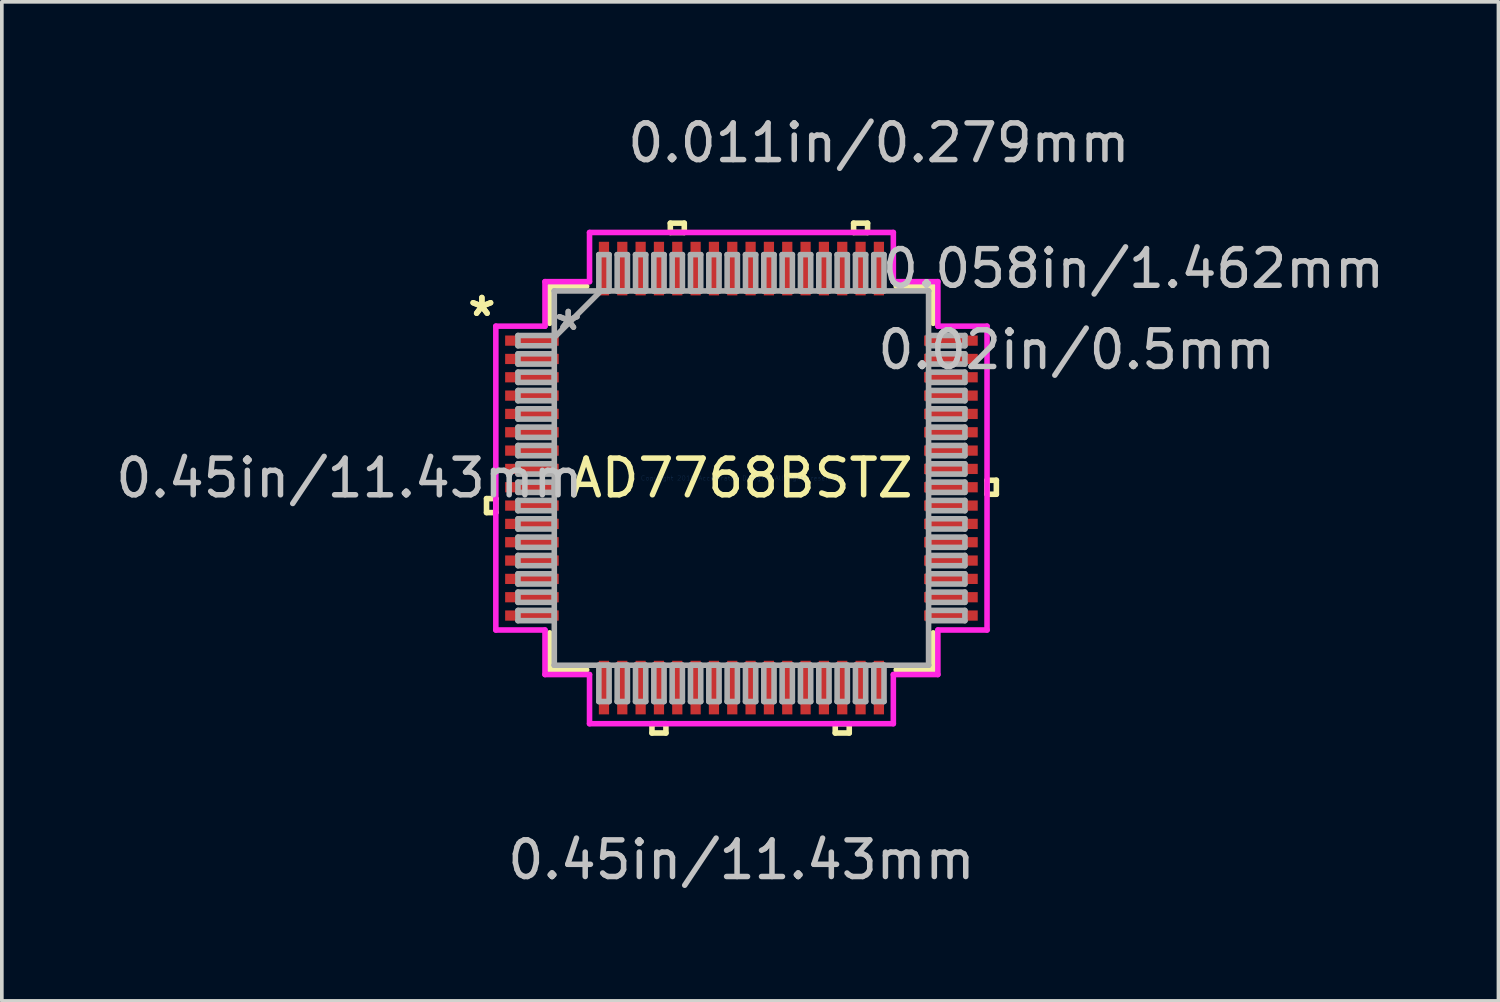
<source format=kicad_pcb>
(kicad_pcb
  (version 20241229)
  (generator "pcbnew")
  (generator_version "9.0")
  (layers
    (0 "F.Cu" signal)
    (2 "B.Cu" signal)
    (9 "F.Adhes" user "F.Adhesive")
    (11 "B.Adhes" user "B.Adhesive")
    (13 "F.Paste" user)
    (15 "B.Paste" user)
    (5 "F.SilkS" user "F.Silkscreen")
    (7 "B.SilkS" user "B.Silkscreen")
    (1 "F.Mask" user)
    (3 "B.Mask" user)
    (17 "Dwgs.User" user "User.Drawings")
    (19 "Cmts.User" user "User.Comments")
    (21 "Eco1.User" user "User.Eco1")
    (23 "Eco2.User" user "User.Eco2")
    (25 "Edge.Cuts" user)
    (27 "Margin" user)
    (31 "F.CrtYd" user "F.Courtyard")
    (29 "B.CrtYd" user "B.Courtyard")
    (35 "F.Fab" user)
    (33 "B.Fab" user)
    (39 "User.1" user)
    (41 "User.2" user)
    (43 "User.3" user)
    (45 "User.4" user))
  (footprint "AD7768BSTZ"
    (layer "F.Cu")
    (at 17.176 9.992)
    (property "Reference" "AD7768BSTZ" (at 0 0 0) (layer "F.SilkS") (effects (font (size 1 1) (thickness 0.15))))
    (attr through_hole)
    (fp_line (start -6.954 0.56) (end -6.954 0.941) (stroke (width 0.152) (type solid)) (layer "F.SilkS"))
    (fp_line (start -6.954 0.941) (end -6.7 0.941) (stroke (width 0.152) (type solid)) (layer "F.SilkS"))
    (fp_line (start -6.7 0.56) (end -6.954 0.56) (stroke (width 0.152) (type solid)) (layer "F.SilkS"))
    (fp_line (start -6.7 0.941) (end -6.7 0.56) (stroke (width 0.152) (type solid)) (layer "F.SilkS"))
    (fp_line (start -5.232 -5.232) (end -5.232 -4.222) (stroke (width 0.152) (type solid)) (layer "F.SilkS"))
    (fp_line (start -5.232 4.222) (end -5.232 5.232) (stroke (width 0.152) (type solid)) (layer "F.SilkS"))
    (fp_line (start -5.232 5.232) (end -4.222 5.232) (stroke (width 0.152) (type solid)) (layer "F.SilkS"))
    (fp_line (start -4.222 -5.232) (end -5.232 -5.232) (stroke (width 0.152) (type solid)) (layer "F.SilkS"))
    (fp_line (start -2.441 6.7) (end -2.441 6.954) (stroke (width 0.152) (type solid)) (layer "F.SilkS"))
    (fp_line (start -2.441 6.954) (end -2.06 6.954) (stroke (width 0.152) (type solid)) (layer "F.SilkS"))
    (fp_line (start -2.06 6.7) (end -2.441 6.7) (stroke (width 0.152) (type solid)) (layer "F.SilkS"))
    (fp_line (start -2.06 6.954) (end -2.06 6.7) (stroke (width 0.152) (type solid)) (layer "F.SilkS"))
    (fp_line (start -1.94 -6.954) (end -1.559 -6.954) (stroke (width 0.152) (type solid)) (layer "F.SilkS"))
    (fp_line (start -1.94 -6.7) (end -1.94 -6.954) (stroke (width 0.152) (type solid)) (layer "F.SilkS"))
    (fp_line (start -1.559 -6.954) (end -1.559 -6.7) (stroke (width 0.152) (type solid)) (layer "F.SilkS"))
    (fp_line (start -1.559 -6.7) (end -1.94 -6.7) (stroke (width 0.152) (type solid)) (layer "F.SilkS"))
    (fp_line (start 2.559 6.7) (end 2.559 6.954) (stroke (width 0.152) (type solid)) (layer "F.SilkS"))
    (fp_line (start 2.559 6.954) (end 2.941 6.954) (stroke (width 0.152) (type solid)) (layer "F.SilkS"))
    (fp_line (start 2.941 6.7) (end 2.559 6.7) (stroke (width 0.152) (type solid)) (layer "F.SilkS"))
    (fp_line (start 2.941 6.954) (end 2.941 6.7) (stroke (width 0.152) (type solid)) (layer "F.SilkS"))
    (fp_line (start 3.06 -6.954) (end 3.441 -6.954) (stroke (width 0.152) (type solid)) (layer "F.SilkS"))
    (fp_line (start 3.06 -6.7) (end 3.06 -6.954) (stroke (width 0.152) (type solid)) (layer "F.SilkS"))
    (fp_line (start 3.441 -6.954) (end 3.441 -6.7) (stroke (width 0.152) (type solid)) (layer "F.SilkS"))
    (fp_line (start 3.441 -6.7) (end 3.06 -6.7) (stroke (width 0.152) (type solid)) (layer "F.SilkS"))
    (fp_line (start 4.222 5.232) (end 5.232 5.232) (stroke (width 0.152) (type solid)) (layer "F.SilkS"))
    (fp_line (start 5.232 -5.232) (end 4.222 -5.232) (stroke (width 0.152) (type solid)) (layer "F.SilkS"))
    (fp_line (start 5.232 -4.222) (end 5.232 -5.232) (stroke (width 0.152) (type solid)) (layer "F.SilkS"))
    (fp_line (start 5.232 5.232) (end 5.232 4.222) (stroke (width 0.152) (type solid)) (layer "F.SilkS"))
    (fp_line (start 6.7 0.059) (end 6.954 0.059) (stroke (width 0.152) (type solid)) (layer "F.SilkS"))
    (fp_line (start 6.7 0.441) (end 6.7 0.059) (stroke (width 0.152) (type solid)) (layer "F.SilkS"))
    (fp_line (start 6.954 0.059) (end 6.954 0.441) (stroke (width 0.152) (type solid)) (layer "F.SilkS"))
    (fp_line (start 6.954 0.441) (end 6.7 0.441) (stroke (width 0.152) (type solid)) (layer "F.SilkS"))
    (fp_line (start -6.7 -4.144) (end -5.359 -4.144) (stroke (width 0.152) (type solid)) (layer "F.CrtYd"))
    (fp_line (start -6.7 4.144) (end -6.7 -4.144) (stroke (width 0.152) (type solid)) (layer "F.CrtYd"))
    (fp_line (start -5.359 -5.359) (end -4.144 -5.359) (stroke (width 0.152) (type solid)) (layer "F.CrtYd"))
    (fp_line (start -5.359 -4.144) (end -5.359 -5.359) (stroke (width 0.152) (type solid)) (layer "F.CrtYd"))
    (fp_line (start -5.359 4.144) (end -6.7 4.144) (stroke (width 0.152) (type solid)) (layer "F.CrtYd"))
    (fp_line (start -5.359 5.359) (end -5.359 4.144) (stroke (width 0.152) (type solid)) (layer "F.CrtYd"))
    (fp_line (start -4.144 -6.7) (end 4.144 -6.7) (stroke (width 0.152) (type solid)) (layer "F.CrtYd"))
    (fp_line (start -4.144 -5.359) (end -4.144 -6.7) (stroke (width 0.152) (type solid)) (layer "F.CrtYd"))
    (fp_line (start -4.144 5.359) (end -5.359 5.359) (stroke (width 0.152) (type solid)) (layer "F.CrtYd"))
    (fp_line (start -4.144 6.7) (end -4.144 5.359) (stroke (width 0.152) (type solid)) (layer "F.CrtYd"))
    (fp_line (start 4.144 -6.7) (end 4.144 -5.359) (stroke (width 0.152) (type solid)) (layer "F.CrtYd"))
    (fp_line (start 4.144 -5.359) (end 5.359 -5.359) (stroke (width 0.152) (type solid)) (layer "F.CrtYd"))
    (fp_line (start 4.144 5.359) (end 4.144 6.7) (stroke (width 0.152) (type solid)) (layer "F.CrtYd"))
    (fp_line (start 4.144 6.7) (end -4.144 6.7) (stroke (width 0.152) (type solid)) (layer "F.CrtYd"))
    (fp_line (start 5.359 -5.359) (end 5.359 -4.144) (stroke (width 0.152) (type solid)) (layer "F.CrtYd"))
    (fp_line (start 5.359 -4.144) (end 6.7 -4.144) (stroke (width 0.152) (type solid)) (layer "F.CrtYd"))
    (fp_line (start 5.359 4.144) (end 5.359 5.359) (stroke (width 0.152) (type solid)) (layer "F.CrtYd"))
    (fp_line (start 5.359 5.359) (end 4.144 5.359) (stroke (width 0.152) (type solid)) (layer "F.CrtYd"))
    (fp_line (start 6.7 -4.144) (end 6.7 4.144) (stroke (width 0.152) (type solid)) (layer "F.CrtYd"))
    (fp_line (start 6.7 4.144) (end 5.359 4.144) (stroke (width 0.152) (type solid)) (layer "F.CrtYd"))
    (fp_line (start -6.096 -3.89) (end -6.096 -3.61) (stroke (width 0.152) (type solid)) (layer "F.Fab"))
    (fp_line (start -6.096 -3.61) (end -5.105 -3.61) (stroke (width 0.152) (type solid)) (layer "F.Fab"))
    (fp_line (start -6.096 -3.39) (end -6.096 -3.11) (stroke (width 0.152) (type solid)) (layer "F.Fab"))
    (fp_line (start -6.096 -3.11) (end -5.105 -3.11) (stroke (width 0.152) (type solid)) (layer "F.Fab"))
    (fp_line (start -6.096 -2.89) (end -6.096 -2.61) (stroke (width 0.152) (type solid)) (layer "F.Fab"))
    (fp_line (start -6.096 -2.61) (end -5.105 -2.61) (stroke (width 0.152) (type solid)) (layer "F.Fab"))
    (fp_line (start -6.096 -2.39) (end -6.096 -2.11) (stroke (width 0.152) (type solid)) (layer "F.Fab"))
    (fp_line (start -6.096 -2.11) (end -5.105 -2.11) (stroke (width 0.152) (type solid)) (layer "F.Fab"))
    (fp_line (start -6.096 -1.89) (end -6.096 -1.61) (stroke (width 0.152) (type solid)) (layer "F.Fab"))
    (fp_line (start -6.096 -1.61) (end -5.105 -1.61) (stroke (width 0.152) (type solid)) (layer "F.Fab"))
    (fp_line (start -6.096 -1.39) (end -6.096 -1.11) (stroke (width 0.152) (type solid)) (layer "F.Fab"))
    (fp_line (start -6.096 -1.11) (end -5.105 -1.11) (stroke (width 0.152) (type solid)) (layer "F.Fab"))
    (fp_line (start -6.096 -0.89) (end -6.096 -0.61) (stroke (width 0.152) (type solid)) (layer "F.Fab"))
    (fp_line (start -6.096 -0.61) (end -5.105 -0.61) (stroke (width 0.152) (type solid)) (layer "F.Fab"))
    (fp_line (start -6.096 -0.39) (end -6.096 -0.11) (stroke (width 0.152) (type solid)) (layer "F.Fab"))
    (fp_line (start -6.096 -0.11) (end -5.105 -0.11) (stroke (width 0.152) (type solid)) (layer "F.Fab"))
    (fp_line (start -6.096 0.11) (end -6.096 0.39) (stroke (width 0.152) (type solid)) (layer "F.Fab"))
    (fp_line (start -6.096 0.39) (end -5.105 0.39) (stroke (width 0.152) (type solid)) (layer "F.Fab"))
    (fp_line (start -6.096 0.61) (end -6.096 0.89) (stroke (width 0.152) (type solid)) (layer "F.Fab"))
    (fp_line (start -6.096 0.89) (end -5.105 0.89) (stroke (width 0.152) (type solid)) (layer "F.Fab"))
    (fp_line (start -6.096 1.11) (end -6.096 1.39) (stroke (width 0.152) (type solid)) (layer "F.Fab"))
    (fp_line (start -6.096 1.39) (end -5.105 1.39) (stroke (width 0.152) (type solid)) (layer "F.Fab"))
    (fp_line (start -6.096 1.61) (end -6.096 1.89) (stroke (width 0.152) (type solid)) (layer "F.Fab"))
    (fp_line (start -6.096 1.89) (end -5.105 1.89) (stroke (width 0.152) (type solid)) (layer "F.Fab"))
    (fp_line (start -6.096 2.11) (end -6.096 2.39) (stroke (width 0.152) (type solid)) (layer "F.Fab"))
    (fp_line (start -6.096 2.39) (end -5.105 2.39) (stroke (width 0.152) (type solid)) (layer "F.Fab"))
    (fp_line (start -6.096 2.61) (end -6.096 2.89) (stroke (width 0.152) (type solid)) (layer "F.Fab"))
    (fp_line (start -6.096 2.89) (end -5.105 2.89) (stroke (width 0.152) (type solid)) (layer "F.Fab"))
    (fp_line (start -6.096 3.11) (end -6.096 3.39) (stroke (width 0.152) (type solid)) (layer "F.Fab"))
    (fp_line (start -6.096 3.39) (end -5.105 3.39) (stroke (width 0.152) (type solid)) (layer "F.Fab"))
    (fp_line (start -6.096 3.61) (end -6.096 3.89) (stroke (width 0.152) (type solid)) (layer "F.Fab"))
    (fp_line (start -6.096 3.89) (end -5.105 3.89) (stroke (width 0.152) (type solid)) (layer "F.Fab"))
    (fp_line (start -5.105 -5.105) (end -5.105 -5.105) (stroke (width 0.152) (type solid)) (layer "F.Fab"))
    (fp_line (start -5.105 -5.105) (end -5.105 5.105) (stroke (width 0.152) (type solid)) (layer "F.Fab"))
    (fp_line (start -5.105 -3.89) (end -6.096 -3.89) (stroke (width 0.152) (type solid)) (layer "F.Fab"))
    (fp_line (start -5.105 -3.835) (end -3.835 -5.105) (stroke (width 0.152) (type solid)) (layer "F.Fab"))
    (fp_line (start -5.105 -3.61) (end -5.105 -3.89) (stroke (width 0.152) (type solid)) (layer "F.Fab"))
    (fp_line (start -5.105 -3.39) (end -6.096 -3.39) (stroke (width 0.152) (type solid)) (layer "F.Fab"))
    (fp_line (start -5.105 -3.11) (end -5.105 -3.39) (stroke (width 0.152) (type solid)) (layer "F.Fab"))
    (fp_line (start -5.105 -2.89) (end -6.096 -2.89) (stroke (width 0.152) (type solid)) (layer "F.Fab"))
    (fp_line (start -5.105 -2.61) (end -5.105 -2.89) (stroke (width 0.152) (type solid)) (layer "F.Fab"))
    (fp_line (start -5.105 -2.39) (end -6.096 -2.39) (stroke (width 0.152) (type solid)) (layer "F.Fab"))
    (fp_line (start -5.105 -2.11) (end -5.105 -2.39) (stroke (width 0.152) (type solid)) (layer "F.Fab"))
    (fp_line (start -5.105 -1.89) (end -6.096 -1.89) (stroke (width 0.152) (type solid)) (layer "F.Fab"))
    (fp_line (start -5.105 -1.61) (end -5.105 -1.89) (stroke (width 0.152) (type solid)) (layer "F.Fab"))
    (fp_line (start -5.105 -1.39) (end -6.096 -1.39) (stroke (width 0.152) (type solid)) (layer "F.Fab"))
    (fp_line (start -5.105 -1.11) (end -5.105 -1.39) (stroke (width 0.152) (type solid)) (layer "F.Fab"))
    (fp_line (start -5.105 -0.89) (end -6.096 -0.89) (stroke (width 0.152) (type solid)) (layer "F.Fab"))
    (fp_line (start -5.105 -0.61) (end -5.105 -0.89) (stroke (width 0.152) (type solid)) (layer "F.Fab"))
    (fp_line (start -5.105 -0.39) (end -6.096 -0.39) (stroke (width 0.152) (type solid)) (layer "F.Fab"))
    (fp_line (start -5.105 -0.11) (end -5.105 -0.39) (stroke (width 0.152) (type solid)) (layer "F.Fab"))
    (fp_line (start -5.105 0.11) (end -6.096 0.11) (stroke (width 0.152) (type solid)) (layer "F.Fab"))
    (fp_line (start -5.105 0.39) (end -5.105 0.11) (stroke (width 0.152) (type solid)) (layer "F.Fab"))
    (fp_line (start -5.105 0.61) (end -6.096 0.61) (stroke (width 0.152) (type solid)) (layer "F.Fab"))
    (fp_line (start -5.105 0.89) (end -5.105 0.61) (stroke (width 0.152) (type solid)) (layer "F.Fab"))
    (fp_line (start -5.105 1.11) (end -6.096 1.11) (stroke (width 0.152) (type solid)) (layer "F.Fab"))
    (fp_line (start -5.105 1.39) (end -5.105 1.11) (stroke (width 0.152) (type solid)) (layer "F.Fab"))
    (fp_line (start -5.105 1.61) (end -6.096 1.61) (stroke (width 0.152) (type solid)) (layer "F.Fab"))
    (fp_line (start -5.105 1.89) (end -5.105 1.61) (stroke (width 0.152) (type solid)) (layer "F.Fab"))
    (fp_line (start -5.105 2.11) (end -6.096 2.11) (stroke (width 0.152) (type solid)) (layer "F.Fab"))
    (fp_line (start -5.105 2.39) (end -5.105 2.11) (stroke (width 0.152) (type solid)) (layer "F.Fab"))
    (fp_line (start -5.105 2.61) (end -6.096 2.61) (stroke (width 0.152) (type solid)) (layer "F.Fab"))
    (fp_line (start -5.105 2.89) (end -5.105 2.61) (stroke (width 0.152) (type solid)) (layer "F.Fab"))
    (fp_line (start -5.105 3.11) (end -6.096 3.11) (stroke (width 0.152) (type solid)) (layer "F.Fab"))
    (fp_line (start -5.105 3.39) (end -5.105 3.11) (stroke (width 0.152) (type solid)) (layer "F.Fab"))
    (fp_line (start -5.105 3.61) (end -6.096 3.61) (stroke (width 0.152) (type solid)) (layer "F.Fab"))
    (fp_line (start -5.105 3.89) (end -5.105 3.61) (stroke (width 0.152) (type solid)) (layer "F.Fab"))
    (fp_line (start -5.105 5.105) (end -5.105 5.105) (stroke (width 0.152) (type solid)) (layer "F.Fab"))
    (fp_line (start -5.105 5.105) (end 5.105 5.105) (stroke (width 0.152) (type solid)) (layer "F.Fab"))
    (fp_line (start -3.89 -6.096) (end -3.89 -5.105) (stroke (width 0.152) (type solid)) (layer "F.Fab"))
    (fp_line (start -3.89 -5.105) (end -3.61 -5.105) (stroke (width 0.152) (type solid)) (layer "F.Fab"))
    (fp_line (start -3.89 5.105) (end -3.89 6.096) (stroke (width 0.152) (type solid)) (layer "F.Fab"))
    (fp_line (start -3.89 6.096) (end -3.61 6.096) (stroke (width 0.152) (type solid)) (layer "F.Fab"))
    (fp_line (start -3.61 -6.096) (end -3.89 -6.096) (stroke (width 0.152) (type solid)) (layer "F.Fab"))
    (fp_line (start -3.61 -5.105) (end -3.61 -6.096) (stroke (width 0.152) (type solid)) (layer "F.Fab"))
    (fp_line (start -3.61 5.105) (end -3.89 5.105) (stroke (width 0.152) (type solid)) (layer "F.Fab"))
    (fp_line (start -3.61 6.096) (end -3.61 5.105) (stroke (width 0.152) (type solid)) (layer "F.Fab"))
    (fp_line (start -3.39 -6.096) (end -3.39 -5.105) (stroke (width 0.152) (type solid)) (layer "F.Fab"))
    (fp_line (start -3.39 -5.105) (end -3.11 -5.105) (stroke (width 0.152) (type solid)) (layer "F.Fab"))
    (fp_line (start -3.39 5.105) (end -3.39 6.096) (stroke (width 0.152) (type solid)) (layer "F.Fab"))
    (fp_line (start -3.39 6.096) (end -3.11 6.096) (stroke (width 0.152) (type solid)) (layer "F.Fab"))
    (fp_line (start -3.11 -6.096) (end -3.39 -6.096) (stroke (width 0.152) (type solid)) (layer "F.Fab"))
    (fp_line (start -3.11 -5.105) (end -3.11 -6.096) (stroke (width 0.152) (type solid)) (layer "F.Fab"))
    (fp_line (start -3.11 5.105) (end -3.39 5.105) (stroke (width 0.152) (type solid)) (layer "F.Fab"))
    (fp_line (start -3.11 6.096) (end -3.11 5.105) (stroke (width 0.152) (type solid)) (layer "F.Fab"))
    (fp_line (start -2.89 -6.096) (end -2.89 -5.105) (stroke (width 0.152) (type solid)) (layer "F.Fab"))
    (fp_line (start -2.89 -5.105) (end -2.61 -5.105) (stroke (width 0.152) (type solid)) (layer "F.Fab"))
    (fp_line (start -2.89 5.105) (end -2.89 6.096) (stroke (width 0.152) (type solid)) (layer "F.Fab"))
    (fp_line (start -2.89 6.096) (end -2.61 6.096) (stroke (width 0.152) (type solid)) (layer "F.Fab"))
    (fp_line (start -2.61 -6.096) (end -2.89 -6.096) (stroke (width 0.152) (type solid)) (layer "F.Fab"))
    (fp_line (start -2.61 -5.105) (end -2.61 -6.096) (stroke (width 0.152) (type solid)) (layer "F.Fab"))
    (fp_line (start -2.61 5.105) (end -2.89 5.105) (stroke (width 0.152) (type solid)) (layer "F.Fab"))
    (fp_line (start -2.61 6.096) (end -2.61 5.105) (stroke (width 0.152) (type solid)) (layer "F.Fab"))
    (fp_line (start -2.39 -6.096) (end -2.39 -5.105) (stroke (width 0.152) (type solid)) (layer "F.Fab"))
    (fp_line (start -2.39 -5.105) (end -2.11 -5.105) (stroke (width 0.152) (type solid)) (layer "F.Fab"))
    (fp_line (start -2.39 5.105) (end -2.39 6.096) (stroke (width 0.152) (type solid)) (layer "F.Fab"))
    (fp_line (start -2.39 6.096) (end -2.11 6.096) (stroke (width 0.152) (type solid)) (layer "F.Fab"))
    (fp_line (start -2.11 -6.096) (end -2.39 -6.096) (stroke (width 0.152) (type solid)) (layer "F.Fab"))
    (fp_line (start -2.11 -5.105) (end -2.11 -6.096) (stroke (width 0.152) (type solid)) (layer "F.Fab"))
    (fp_line (start -2.11 5.105) (end -2.39 5.105) (stroke (width 0.152) (type solid)) (layer "F.Fab"))
    (fp_line (start -2.11 6.096) (end -2.11 5.105) (stroke (width 0.152) (type solid)) (layer "F.Fab"))
    (fp_line (start -1.89 -6.096) (end -1.89 -5.105) (stroke (width 0.152) (type solid)) (layer "F.Fab"))
    (fp_line (start -1.89 -5.105) (end -1.61 -5.105) (stroke (width 0.152) (type solid)) (layer "F.Fab"))
    (fp_line (start -1.89 5.105) (end -1.89 6.096) (stroke (width 0.152) (type solid)) (layer "F.Fab"))
    (fp_line (start -1.89 6.096) (end -1.61 6.096) (stroke (width 0.152) (type solid)) (layer "F.Fab"))
    (fp_line (start -1.61 -6.096) (end -1.89 -6.096) (stroke (width 0.152) (type solid)) (layer "F.Fab"))
    (fp_line (start -1.61 -5.105) (end -1.61 -6.096) (stroke (width 0.152) (type solid)) (layer "F.Fab"))
    (fp_line (start -1.61 5.105) (end -1.89 5.105) (stroke (width 0.152) (type solid)) (layer "F.Fab"))
    (fp_line (start -1.61 6.096) (end -1.61 5.105) (stroke (width 0.152) (type solid)) (layer "F.Fab"))
    (fp_line (start -1.39 -6.096) (end -1.39 -5.105) (stroke (width 0.152) (type solid)) (layer "F.Fab"))
    (fp_line (start -1.39 -5.105) (end -1.11 -5.105) (stroke (width 0.152) (type solid)) (layer "F.Fab"))
    (fp_line (start -1.39 5.105) (end -1.39 6.096) (stroke (width 0.152) (type solid)) (layer "F.Fab"))
    (fp_line (start -1.39 6.096) (end -1.11 6.096) (stroke (width 0.152) (type solid)) (layer "F.Fab"))
    (fp_line (start -1.11 -6.096) (end -1.39 -6.096) (stroke (width 0.152) (type solid)) (layer "F.Fab"))
    (fp_line (start -1.11 -5.105) (end -1.11 -6.096) (stroke (width 0.152) (type solid)) (layer "F.Fab"))
    (fp_line (start -1.11 5.105) (end -1.39 5.105) (stroke (width 0.152) (type solid)) (layer "F.Fab"))
    (fp_line (start -1.11 6.096) (end -1.11 5.105) (stroke (width 0.152) (type solid)) (layer "F.Fab"))
    (fp_line (start -0.89 -6.096) (end -0.89 -5.105) (stroke (width 0.152) (type solid)) (layer "F.Fab"))
    (fp_line (start -0.89 -5.105) (end -0.61 -5.105) (stroke (width 0.152) (type solid)) (layer "F.Fab"))
    (fp_line (start -0.89 5.105) (end -0.89 6.096) (stroke (width 0.152) (type solid)) (layer "F.Fab"))
    (fp_line (start -0.89 6.096) (end -0.61 6.096) (stroke (width 0.152) (type solid)) (layer "F.Fab"))
    (fp_line (start -0.61 -6.096) (end -0.89 -6.096) (stroke (width 0.152) (type solid)) (layer "F.Fab"))
    (fp_line (start -0.61 -5.105) (end -0.61 -6.096) (stroke (width 0.152) (type solid)) (layer "F.Fab"))
    (fp_line (start -0.61 5.105) (end -0.89 5.105) (stroke (width 0.152) (type solid)) (layer "F.Fab"))
    (fp_line (start -0.61 6.096) (end -0.61 5.105) (stroke (width 0.152) (type solid)) (layer "F.Fab"))
    (fp_line (start -0.39 -6.096) (end -0.39 -5.105) (stroke (width 0.152) (type solid)) (layer "F.Fab"))
    (fp_line (start -0.39 -5.105) (end -0.11 -5.105) (stroke (width 0.152) (type solid)) (layer "F.Fab"))
    (fp_line (start -0.39 5.105) (end -0.39 6.096) (stroke (width 0.152) (type solid)) (layer "F.Fab"))
    (fp_line (start -0.39 6.096) (end -0.11 6.096) (stroke (width 0.152) (type solid)) (layer "F.Fab"))
    (fp_line (start -0.11 -6.096) (end -0.39 -6.096) (stroke (width 0.152) (type solid)) (layer "F.Fab"))
    (fp_line (start -0.11 -5.105) (end -0.11 -6.096) (stroke (width 0.152) (type solid)) (layer "F.Fab"))
    (fp_line (start -0.11 5.105) (end -0.39 5.105) (stroke (width 0.152) (type solid)) (layer "F.Fab"))
    (fp_line (start -0.11 6.096) (end -0.11 5.105) (stroke (width 0.152) (type solid)) (layer "F.Fab"))
    (fp_line (start 0.11 -6.096) (end 0.11 -5.105) (stroke (width 0.152) (type solid)) (layer "F.Fab"))
    (fp_line (start 0.11 -5.105) (end 0.39 -5.105) (stroke (width 0.152) (type solid)) (layer "F.Fab"))
    (fp_line (start 0.11 5.105) (end 0.11 6.096) (stroke (width 0.152) (type solid)) (layer "F.Fab"))
    (fp_line (start 0.11 6.096) (end 0.39 6.096) (stroke (width 0.152) (type solid)) (layer "F.Fab"))
    (fp_line (start 0.39 -6.096) (end 0.11 -6.096) (stroke (width 0.152) (type solid)) (layer "F.Fab"))
    (fp_line (start 0.39 -5.105) (end 0.39 -6.096) (stroke (width 0.152) (type solid)) (layer "F.Fab"))
    (fp_line (start 0.39 5.105) (end 0.11 5.105) (stroke (width 0.152) (type solid)) (layer "F.Fab"))
    (fp_line (start 0.39 6.096) (end 0.39 5.105) (stroke (width 0.152) (type solid)) (layer "F.Fab"))
    (fp_line (start 0.61 -6.096) (end 0.61 -5.105) (stroke (width 0.152) (type solid)) (layer "F.Fab"))
    (fp_line (start 0.61 -5.105) (end 0.89 -5.105) (stroke (width 0.152) (type solid)) (layer "F.Fab"))
    (fp_line (start 0.61 5.105) (end 0.61 6.096) (stroke (width 0.152) (type solid)) (layer "F.Fab"))
    (fp_line (start 0.61 6.096) (end 0.89 6.096) (stroke (width 0.152) (type solid)) (layer "F.Fab"))
    (fp_line (start 0.89 -6.096) (end 0.61 -6.096) (stroke (width 0.152) (type solid)) (layer "F.Fab"))
    (fp_line (start 0.89 -5.105) (end 0.89 -6.096) (stroke (width 0.152) (type solid)) (layer "F.Fab"))
    (fp_line (start 0.89 5.105) (end 0.61 5.105) (stroke (width 0.152) (type solid)) (layer "F.Fab"))
    (fp_line (start 0.89 6.096) (end 0.89 5.105) (stroke (width 0.152) (type solid)) (layer "F.Fab"))
    (fp_line (start 1.11 -6.096) (end 1.11 -5.105) (stroke (width 0.152) (type solid)) (layer "F.Fab"))
    (fp_line (start 1.11 -5.105) (end 1.39 -5.105) (stroke (width 0.152) (type solid)) (layer "F.Fab"))
    (fp_line (start 1.11 5.105) (end 1.11 6.096) (stroke (width 0.152) (type solid)) (layer "F.Fab"))
    (fp_line (start 1.11 6.096) (end 1.39 6.096) (stroke (width 0.152) (type solid)) (layer "F.Fab"))
    (fp_line (start 1.39 -6.096) (end 1.11 -6.096) (stroke (width 0.152) (type solid)) (layer "F.Fab"))
    (fp_line (start 1.39 -5.105) (end 1.39 -6.096) (stroke (width 0.152) (type solid)) (layer "F.Fab"))
    (fp_line (start 1.39 5.105) (end 1.11 5.105) (stroke (width 0.152) (type solid)) (layer "F.Fab"))
    (fp_line (start 1.39 6.096) (end 1.39 5.105) (stroke (width 0.152) (type solid)) (layer "F.Fab"))
    (fp_line (start 1.61 -6.096) (end 1.61 -5.105) (stroke (width 0.152) (type solid)) (layer "F.Fab"))
    (fp_line (start 1.61 -5.105) (end 1.89 -5.105) (stroke (width 0.152) (type solid)) (layer "F.Fab"))
    (fp_line (start 1.61 5.105) (end 1.61 6.096) (stroke (width 0.152) (type solid)) (layer "F.Fab"))
    (fp_line (start 1.61 6.096) (end 1.89 6.096) (stroke (width 0.152) (type solid)) (layer "F.Fab"))
    (fp_line (start 1.89 -6.096) (end 1.61 -6.096) (stroke (width 0.152) (type solid)) (layer "F.Fab"))
    (fp_line (start 1.89 -5.105) (end 1.89 -6.096) (stroke (width 0.152) (type solid)) (layer "F.Fab"))
    (fp_line (start 1.89 5.105) (end 1.61 5.105) (stroke (width 0.152) (type solid)) (layer "F.Fab"))
    (fp_line (start 1.89 6.096) (end 1.89 5.105) (stroke (width 0.152) (type solid)) (layer "F.Fab"))
    (fp_line (start 2.11 -6.096) (end 2.11 -5.105) (stroke (width 0.152) (type solid)) (layer "F.Fab"))
    (fp_line (start 2.11 -5.105) (end 2.39 -5.105) (stroke (width 0.152) (type solid)) (layer "F.Fab"))
    (fp_line (start 2.11 5.105) (end 2.11 6.096) (stroke (width 0.152) (type solid)) (layer "F.Fab"))
    (fp_line (start 2.11 6.096) (end 2.39 6.096) (stroke (width 0.152) (type solid)) (layer "F.Fab"))
    (fp_line (start 2.39 -6.096) (end 2.11 -6.096) (stroke (width 0.152) (type solid)) (layer "F.Fab"))
    (fp_line (start 2.39 -5.105) (end 2.39 -6.096) (stroke (width 0.152) (type solid)) (layer "F.Fab"))
    (fp_line (start 2.39 5.105) (end 2.11 5.105) (stroke (width 0.152) (type solid)) (layer "F.Fab"))
    (fp_line (start 2.39 6.096) (end 2.39 5.105) (stroke (width 0.152) (type solid)) (layer "F.Fab"))
    (fp_line (start 2.61 -6.096) (end 2.61 -5.105) (stroke (width 0.152) (type solid)) (layer "F.Fab"))
    (fp_line (start 2.61 -5.105) (end 2.89 -5.105) (stroke (width 0.152) (type solid)) (layer "F.Fab"))
    (fp_line (start 2.61 5.105) (end 2.61 6.096) (stroke (width 0.152) (type solid)) (layer "F.Fab"))
    (fp_line (start 2.61 6.096) (end 2.89 6.096) (stroke (width 0.152) (type solid)) (layer "F.Fab"))
    (fp_line (start 2.89 -6.096) (end 2.61 -6.096) (stroke (width 0.152) (type solid)) (layer "F.Fab"))
    (fp_line (start 2.89 -5.105) (end 2.89 -6.096) (stroke (width 0.152) (type solid)) (layer "F.Fab"))
    (fp_line (start 2.89 5.105) (end 2.61 5.105) (stroke (width 0.152) (type solid)) (layer "F.Fab"))
    (fp_line (start 2.89 6.096) (end 2.89 5.105) (stroke (width 0.152) (type solid)) (layer "F.Fab"))
    (fp_line (start 3.11 -6.096) (end 3.11 -5.105) (stroke (width 0.152) (type solid)) (layer "F.Fab"))
    (fp_line (start 3.11 -5.105) (end 3.39 -5.105) (stroke (width 0.152) (type solid)) (layer "F.Fab"))
    (fp_line (start 3.11 5.105) (end 3.11 6.096) (stroke (width 0.152) (type solid)) (layer "F.Fab"))
    (fp_line (start 3.11 6.096) (end 3.39 6.096) (stroke (width 0.152) (type solid)) (layer "F.Fab"))
    (fp_line (start 3.39 -6.096) (end 3.11 -6.096) (stroke (width 0.152) (type solid)) (layer "F.Fab"))
    (fp_line (start 3.39 -5.105) (end 3.39 -6.096) (stroke (width 0.152) (type solid)) (layer "F.Fab"))
    (fp_line (start 3.39 5.105) (end 3.11 5.105) (stroke (width 0.152) (type solid)) (layer "F.Fab"))
    (fp_line (start 3.39 6.096) (end 3.39 5.105) (stroke (width 0.152) (type solid)) (layer "F.Fab"))
    (fp_line (start 3.61 -6.096) (end 3.61 -5.105) (stroke (width 0.152) (type solid)) (layer "F.Fab"))
    (fp_line (start 3.61 -5.105) (end 3.89 -5.105) (stroke (width 0.152) (type solid)) (layer "F.Fab"))
    (fp_line (start 3.61 5.105) (end 3.61 6.096) (stroke (width 0.152) (type solid)) (layer "F.Fab"))
    (fp_line (start 3.61 6.096) (end 3.89 6.096) (stroke (width 0.152) (type solid)) (layer "F.Fab"))
    (fp_line (start 3.89 -6.096) (end 3.61 -6.096) (stroke (width 0.152) (type solid)) (layer "F.Fab"))
    (fp_line (start 3.89 -5.105) (end 3.89 -6.096) (stroke (width 0.152) (type solid)) (layer "F.Fab"))
    (fp_line (start 3.89 5.105) (end 3.61 5.105) (stroke (width 0.152) (type solid)) (layer "F.Fab"))
    (fp_line (start 3.89 6.096) (end 3.89 5.105) (stroke (width 0.152) (type solid)) (layer "F.Fab"))
    (fp_line (start 5.105 -5.105) (end -5.105 -5.105) (stroke (width 0.152) (type solid)) (layer "F.Fab"))
    (fp_line (start 5.105 -5.105) (end 5.105 -5.105) (stroke (width 0.152) (type solid)) (layer "F.Fab"))
    (fp_line (start 5.105 -3.89) (end 5.105 -3.61) (stroke (width 0.152) (type solid)) (layer "F.Fab"))
    (fp_line (start 5.105 -3.61) (end 6.096 -3.61) (stroke (width 0.152) (type solid)) (layer "F.Fab"))
    (fp_line (start 5.105 -3.39) (end 5.105 -3.11) (stroke (width 0.152) (type solid)) (layer "F.Fab"))
    (fp_line (start 5.105 -3.11) (end 6.096 -3.11) (stroke (width 0.152) (type solid)) (layer "F.Fab"))
    (fp_line (start 5.105 -2.89) (end 5.105 -2.61) (stroke (width 0.152) (type solid)) (layer "F.Fab"))
    (fp_line (start 5.105 -2.61) (end 6.096 -2.61) (stroke (width 0.152) (type solid)) (layer "F.Fab"))
    (fp_line (start 5.105 -2.39) (end 5.105 -2.11) (stroke (width 0.152) (type solid)) (layer "F.Fab"))
    (fp_line (start 5.105 -2.11) (end 6.096 -2.11) (stroke (width 0.152) (type solid)) (layer "F.Fab"))
    (fp_line (start 5.105 -1.89) (end 5.105 -1.61) (stroke (width 0.152) (type solid)) (layer "F.Fab"))
    (fp_line (start 5.105 -1.61) (end 6.096 -1.61) (stroke (width 0.152) (type solid)) (layer "F.Fab"))
    (fp_line (start 5.105 -1.39) (end 5.105 -1.11) (stroke (width 0.152) (type solid)) (layer "F.Fab"))
    (fp_line (start 5.105 -1.11) (end 6.096 -1.11) (stroke (width 0.152) (type solid)) (layer "F.Fab"))
    (fp_line (start 5.105 -0.89) (end 5.105 -0.61) (stroke (width 0.152) (type solid)) (layer "F.Fab"))
    (fp_line (start 5.105 -0.61) (end 6.096 -0.61) (stroke (width 0.152) (type solid)) (layer "F.Fab"))
    (fp_line (start 5.105 -0.39) (end 5.105 -0.11) (stroke (width 0.152) (type solid)) (layer "F.Fab"))
    (fp_line (start 5.105 -0.11) (end 6.096 -0.11) (stroke (width 0.152) (type solid)) (layer "F.Fab"))
    (fp_line (start 5.105 0.11) (end 5.105 0.39) (stroke (width 0.152) (type solid)) (layer "F.Fab"))
    (fp_line (start 5.105 0.39) (end 6.096 0.39) (stroke (width 0.152) (type solid)) (layer "F.Fab"))
    (fp_line (start 5.105 0.61) (end 5.105 0.89) (stroke (width 0.152) (type solid)) (layer "F.Fab"))
    (fp_line (start 5.105 0.89) (end 6.096 0.89) (stroke (width 0.152) (type solid)) (layer "F.Fab"))
    (fp_line (start 5.105 1.11) (end 5.105 1.39) (stroke (width 0.152) (type solid)) (layer "F.Fab"))
    (fp_line (start 5.105 1.39) (end 6.096 1.39) (stroke (width 0.152) (type solid)) (layer "F.Fab"))
    (fp_line (start 5.105 1.61) (end 5.105 1.89) (stroke (width 0.152) (type solid)) (layer "F.Fab"))
    (fp_line (start 5.105 1.89) (end 6.096 1.89) (stroke (width 0.152) (type solid)) (layer "F.Fab"))
    (fp_line (start 5.105 2.11) (end 5.105 2.39) (stroke (width 0.152) (type solid)) (layer "F.Fab"))
    (fp_line (start 5.105 2.39) (end 6.096 2.39) (stroke (width 0.152) (type solid)) (layer "F.Fab"))
    (fp_line (start 5.105 2.61) (end 5.105 2.89) (stroke (width 0.152) (type solid)) (layer "F.Fab"))
    (fp_line (start 5.105 2.89) (end 6.096 2.89) (stroke (width 0.152) (type solid)) (layer "F.Fab"))
    (fp_line (start 5.105 3.11) (end 5.105 3.39) (stroke (width 0.152) (type solid)) (layer "F.Fab"))
    (fp_line (start 5.105 3.39) (end 6.096 3.39) (stroke (width 0.152) (type solid)) (layer "F.Fab"))
    (fp_line (start 5.105 3.61) (end 5.105 3.89) (stroke (width 0.152) (type solid)) (layer "F.Fab"))
    (fp_line (start 5.105 3.89) (end 6.096 3.89) (stroke (width 0.152) (type solid)) (layer "F.Fab"))
    (fp_line (start 5.105 5.105) (end 5.105 -5.105) (stroke (width 0.152) (type solid)) (layer "F.Fab"))
    (fp_line (start 5.105 5.105) (end 5.105 5.105) (stroke (width 0.152) (type solid)) (layer "F.Fab"))
    (fp_line (start 6.096 -3.89) (end 5.105 -3.89) (stroke (width 0.152) (type solid)) (layer "F.Fab"))
    (fp_line (start 6.096 -3.61) (end 6.096 -3.89) (stroke (width 0.152) (type solid)) (layer "F.Fab"))
    (fp_line (start 6.096 -3.39) (end 5.105 -3.39) (stroke (width 0.152) (type solid)) (layer "F.Fab"))
    (fp_line (start 6.096 -3.11) (end 6.096 -3.39) (stroke (width 0.152) (type solid)) (layer "F.Fab"))
    (fp_line (start 6.096 -2.89) (end 5.105 -2.89) (stroke (width 0.152) (type solid)) (layer "F.Fab"))
    (fp_line (start 6.096 -2.61) (end 6.096 -2.89) (stroke (width 0.152) (type solid)) (layer "F.Fab"))
    (fp_line (start 6.096 -2.39) (end 5.105 -2.39) (stroke (width 0.152) (type solid)) (layer "F.Fab"))
    (fp_line (start 6.096 -2.11) (end 6.096 -2.39) (stroke (width 0.152) (type solid)) (layer "F.Fab"))
    (fp_line (start 6.096 -1.89) (end 5.105 -1.89) (stroke (width 0.152) (type solid)) (layer "F.Fab"))
    (fp_line (start 6.096 -1.61) (end 6.096 -1.89) (stroke (width 0.152) (type solid)) (layer "F.Fab"))
    (fp_line (start 6.096 -1.39) (end 5.105 -1.39) (stroke (width 0.152) (type solid)) (layer "F.Fab"))
    (fp_line (start 6.096 -1.11) (end 6.096 -1.39) (stroke (width 0.152) (type solid)) (layer "F.Fab"))
    (fp_line (start 6.096 -0.89) (end 5.105 -0.89) (stroke (width 0.152) (type solid)) (layer "F.Fab"))
    (fp_line (start 6.096 -0.61) (end 6.096 -0.89) (stroke (width 0.152) (type solid)) (layer "F.Fab"))
    (fp_line (start 6.096 -0.39) (end 5.105 -0.39) (stroke (width 0.152) (type solid)) (layer "F.Fab"))
    (fp_line (start 6.096 -0.11) (end 6.096 -0.39) (stroke (width 0.152) (type solid)) (layer "F.Fab"))
    (fp_line (start 6.096 0.11) (end 5.105 0.11) (stroke (width 0.152) (type solid)) (layer "F.Fab"))
    (fp_line (start 6.096 0.39) (end 6.096 0.11) (stroke (width 0.152) (type solid)) (layer "F.Fab"))
    (fp_line (start 6.096 0.61) (end 5.105 0.61) (stroke (width 0.152) (type solid)) (layer "F.Fab"))
    (fp_line (start 6.096 0.89) (end 6.096 0.61) (stroke (width 0.152) (type solid)) (layer "F.Fab"))
    (fp_line (start 6.096 1.11) (end 5.105 1.11) (stroke (width 0.152) (type solid)) (layer "F.Fab"))
    (fp_line (start 6.096 1.39) (end 6.096 1.11) (stroke (width 0.152) (type solid)) (layer "F.Fab"))
    (fp_line (start 6.096 1.61) (end 5.105 1.61) (stroke (width 0.152) (type solid)) (layer "F.Fab"))
    (fp_line (start 6.096 1.89) (end 6.096 1.61) (stroke (width 0.152) (type solid)) (layer "F.Fab"))
    (fp_line (start 6.096 2.11) (end 5.105 2.11) (stroke (width 0.152) (type solid)) (layer "F.Fab"))
    (fp_line (start 6.096 2.39) (end 6.096 2.11) (stroke (width 0.152) (type solid)) (layer "F.Fab"))
    (fp_line (start 6.096 2.61) (end 5.105 2.61) (stroke (width 0.152) (type solid)) (layer "F.Fab"))
    (fp_line (start 6.096 2.89) (end 6.096 2.61) (stroke (width 0.152) (type solid)) (layer "F.Fab"))
    (fp_line (start 6.096 3.11) (end 5.105 3.11) (stroke (width 0.152) (type solid)) (layer "F.Fab"))
    (fp_line (start 6.096 3.39) (end 6.096 3.11) (stroke (width 0.152) (type solid)) (layer "F.Fab"))
    (fp_line (start 6.096 3.61) (end 5.105 3.61) (stroke (width 0.152) (type solid)) (layer "F.Fab"))
    (fp_line (start 6.096 3.89) (end 6.096 3.61) (stroke (width 0.152) (type solid)) (layer "F.Fab"))
    (fp_text user "*" (at -7.081 -4.381 0) (layer "F.SilkS") (effects (font (size 1 1) (thickness 0.15))))
    (fp_text user "*" (at -7.081 -4.381 0) (layer "F.SilkS") (effects (font (size 1 1) (thickness 0.15))))
    (fp_text user "0.45in/11.43mm" (at 0 10.414 0) (layer "Dwgs.User") (effects (font (size 1 1) (thickness 0.15))))
    (fp_text user "0.02in/0.5mm" (at 9.144 -3.5 0) (layer "Dwgs.User") (effects (font (size 1 1) (thickness 0.15))))
    (fp_text user "0.011in/0.279mm" (at 3.75 -9.144 0) (layer "Dwgs.User") (effects (font (size 1 1) (thickness 0.15))))
    (fp_text user "0.45in/11.43mm" (at -10.693 0 0) (layer "Dwgs.User") (effects (font (size 1 1) (thickness 0.15))))
    (fp_text user "0.058in/1.462mm" (at 10.693 -5.715 0) (layer "Dwgs.User") (effects (font (size 1 1) (thickness 0.15))))
    (fp_text user "Copyright 2016 Accelerated Designs. All rights reserved." (at 0 0 0) (layer "Cmts.User") (effects (font (size 0.127 0.127) (thickness 0.002))))
    (fp_text user "*" (at -4.724 -4 0) (layer "F.Fab") (effects (font (size 1 1) (thickness 0.15))))
    (fp_text user "*" (at -4.724 -4 0) (layer "F.Fab") (effects (font (size 1 1) (thickness 0.15))))
    (pad "1" smd rect (at -5.715 -3.75 90) (size 0.279 1.462) (layers "F.Cu" "F.Mask" "F.Paste"))
    (pad "2" smd rect (at -5.715 -3.25 90) (size 0.279 1.462) (layers "F.Cu" "F.Mask" "F.Paste"))
    (pad "3" smd rect (at -5.715 -2.75 90) (size 0.279 1.462) (layers "F.Cu" "F.Mask" "F.Paste"))
    (pad "4" smd rect (at -5.715 -2.25 90) (size 0.279 1.462) (layers "F.Cu" "F.Mask" "F.Paste"))
    (pad "5" smd rect (at -5.715 -1.75 90) (size 0.279 1.462) (layers "F.Cu" "F.Mask" "F.Paste"))
    (pad "6" smd rect (at -5.715 -1.25 90) (size 0.279 1.462) (layers "F.Cu" "F.Mask" "F.Paste"))
    (pad "7" smd rect (at -5.715 -0.75 90) (size 0.279 1.462) (layers "F.Cu" "F.Mask" "F.Paste"))
    (pad "8" smd rect (at -5.715 -0.25 90) (size 0.279 1.462) (layers "F.Cu" "F.Mask" "F.Paste"))
    (pad "9" smd rect (at -5.715 0.25 90) (size 0.279 1.462) (layers "F.Cu" "F.Mask" "F.Paste"))
    (pad "10" smd rect (at -5.715 0.75 90) (size 0.279 1.462) (layers "F.Cu" "F.Mask" "F.Paste"))
    (pad "11" smd rect (at -5.715 1.25 90) (size 0.279 1.462) (layers "F.Cu" "F.Mask" "F.Paste"))
    (pad "12" smd rect (at -5.715 1.75 90) (size 0.279 1.462) (layers "F.Cu" "F.Mask" "F.Paste"))
    (pad "13" smd rect (at -5.715 2.25 90) (size 0.279 1.462) (layers "F.Cu" "F.Mask" "F.Paste"))
    (pad "14" smd rect (at -5.715 2.75 90) (size 0.279 1.462) (layers "F.Cu" "F.Mask" "F.Paste"))
    (pad "15" smd rect (at -5.715 3.25 90) (size 0.279 1.462) (layers "F.Cu" "F.Mask" "F.Paste"))
    (pad "16" smd rect (at -5.715 3.75 90) (size 0.279 1.462) (layers "F.Cu" "F.Mask" "F.Paste"))
    (pad "17" smd rect (at -3.75 5.715) (size 0.279 1.462) (layers "F.Cu" "F.Mask" "F.Paste"))
    (pad "18" smd rect (at -3.25 5.715) (size 0.279 1.462) (layers "F.Cu" "F.Mask" "F.Paste"))
    (pad "19" smd rect (at -2.75 5.715) (size 0.279 1.462) (layers "F.Cu" "F.Mask" "F.Paste"))
    (pad "20" smd rect (at -2.25 5.715) (size 0.279 1.462) (layers "F.Cu" "F.Mask" "F.Paste"))
    (pad "21" smd rect (at -1.75 5.715) (size 0.279 1.462) (layers "F.Cu" "F.Mask" "F.Paste"))
    (pad "22" smd rect (at -1.25 5.715) (size 0.279 1.462) (layers "F.Cu" "F.Mask" "F.Paste"))
    (pad "23" smd rect (at -0.75 5.715) (size 0.279 1.462) (layers "F.Cu" "F.Mask" "F.Paste"))
    (pad "24" smd rect (at -0.25 5.715) (size 0.279 1.462) (layers "F.Cu" "F.Mask" "F.Paste"))
    (pad "25" smd rect (at 0.25 5.715) (size 0.279 1.462) (layers "F.Cu" "F.Mask" "F.Paste"))
    (pad "26" smd rect (at 0.75 5.715) (size 0.279 1.462) (layers "F.Cu" "F.Mask" "F.Paste"))
    (pad "27" smd rect (at 1.25 5.715) (size 0.279 1.462) (layers "F.Cu" "F.Mask" "F.Paste"))
    (pad "28" smd rect (at 1.75 5.715) (size 0.279 1.462) (layers "F.Cu" "F.Mask" "F.Paste"))
    (pad "29" smd rect (at 2.25 5.715) (size 0.279 1.462) (layers "F.Cu" "F.Mask" "F.Paste"))
    (pad "30" smd rect (at 2.75 5.715) (size 0.279 1.462) (layers "F.Cu" "F.Mask" "F.Paste"))
    (pad "31" smd rect (at 3.25 5.715) (size 0.279 1.462) (layers "F.Cu" "F.Mask" "F.Paste"))
    (pad "32" smd rect (at 3.75 5.715) (size 0.279 1.462) (layers "F.Cu" "F.Mask" "F.Paste"))
    (pad "33" smd rect (at 5.715 3.75 90) (size 0.279 1.462) (layers "F.Cu" "F.Mask" "F.Paste"))
    (pad "34" smd rect (at 5.715 3.25 90) (size 0.279 1.462) (layers "F.Cu" "F.Mask" "F.Paste"))
    (pad "35" smd rect (at 5.715 2.75 90) (size 0.279 1.462) (layers "F.Cu" "F.Mask" "F.Paste"))
    (pad "36" smd rect (at 5.715 2.25 90) (size 0.279 1.462) (layers "F.Cu" "F.Mask" "F.Paste"))
    (pad "37" smd rect (at 5.715 1.75 90) (size 0.279 1.462) (layers "F.Cu" "F.Mask" "F.Paste"))
    (pad "38" smd rect (at 5.715 1.25 90) (size 0.279 1.462) (layers "F.Cu" "F.Mask" "F.Paste"))
    (pad "39" smd rect (at 5.715 0.75 90) (size 0.279 1.462) (layers "F.Cu" "F.Mask" "F.Paste"))
    (pad "40" smd rect (at 5.715 0.25 90) (size 0.279 1.462) (layers "F.Cu" "F.Mask" "F.Paste"))
    (pad "41" smd rect (at 5.715 -0.25 90) (size 0.279 1.462) (layers "F.Cu" "F.Mask" "F.Paste"))
    (pad "42" smd rect (at 5.715 -0.75 90) (size 0.279 1.462) (layers "F.Cu" "F.Mask" "F.Paste"))
    (pad "43" smd rect (at 5.715 -1.25 90) (size 0.279 1.462) (layers "F.Cu" "F.Mask" "F.Paste"))
    (pad "44" smd rect (at 5.715 -1.75 90) (size 0.279 1.462) (layers "F.Cu" "F.Mask" "F.Paste"))
    (pad "45" smd rect (at 5.715 -2.25 90) (size 0.279 1.462) (layers "F.Cu" "F.Mask" "F.Paste"))
    (pad "46" smd rect (at 5.715 -2.75 90) (size 0.279 1.462) (layers "F.Cu" "F.Mask" "F.Paste"))
    (pad "47" smd rect (at 5.715 -3.25 90) (size 0.279 1.462) (layers "F.Cu" "F.Mask" "F.Paste"))
    (pad "48" smd rect (at 5.715 -3.75 90) (size 0.279 1.462) (layers "F.Cu" "F.Mask" "F.Paste"))
    (pad "49" smd rect (at 3.75 -5.715) (size 0.279 1.462) (layers "F.Cu" "F.Mask" "F.Paste"))
    (pad "50" smd rect (at 3.25 -5.715) (size 0.279 1.462) (layers "F.Cu" "F.Mask" "F.Paste"))
    (pad "51" smd rect (at 2.75 -5.715) (size 0.279 1.462) (layers "F.Cu" "F.Mask" "F.Paste"))
    (pad "52" smd rect (at 2.25 -5.715) (size 0.279 1.462) (layers "F.Cu" "F.Mask" "F.Paste"))
    (pad "53" smd rect (at 1.75 -5.715) (size 0.279 1.462) (layers "F.Cu" "F.Mask" "F.Paste"))
    (pad "54" smd rect (at 1.25 -5.715) (size 0.279 1.462) (layers "F.Cu" "F.Mask" "F.Paste"))
    (pad "55" smd rect (at 0.75 -5.715) (size 0.279 1.462) (layers "F.Cu" "F.Mask" "F.Paste"))
    (pad "56" smd rect (at 0.25 -5.715) (size 0.279 1.462) (layers "F.Cu" "F.Mask" "F.Paste"))
    (pad "57" smd rect (at -0.25 -5.715) (size 0.279 1.462) (layers "F.Cu" "F.Mask" "F.Paste"))
    (pad "58" smd rect (at -0.75 -5.715) (size 0.279 1.462) (layers "F.Cu" "F.Mask" "F.Paste"))
    (pad "59" smd rect (at -1.25 -5.715) (size 0.279 1.462) (layers "F.Cu" "F.Mask" "F.Paste"))
    (pad "60" smd rect (at -1.75 -5.715) (size 0.279 1.462) (layers "F.Cu" "F.Mask" "F.Paste"))
    (pad "61" smd rect (at -2.25 -5.715) (size 0.279 1.462) (layers "F.Cu" "F.Mask" "F.Paste"))
    (pad "62" smd rect (at -2.75 -5.715) (size 0.279 1.462) (layers "F.Cu" "F.Mask" "F.Paste"))
    (pad "63" smd rect (at -3.25 -5.715) (size 0.279 1.462) (layers "F.Cu" "F.Mask" "F.Paste"))
    (pad "64" smd rect (at -3.75 -5.715) (size 0.279 1.462) (layers "F.Cu" "F.Mask" "F.Paste")))
  (gr_rect
    (start -3 -3)
    (end 37.827 24.255)
    (stroke (width 0.1) (type default))
    (fill no)
    (layer "Edge.Cuts")))
</source>
